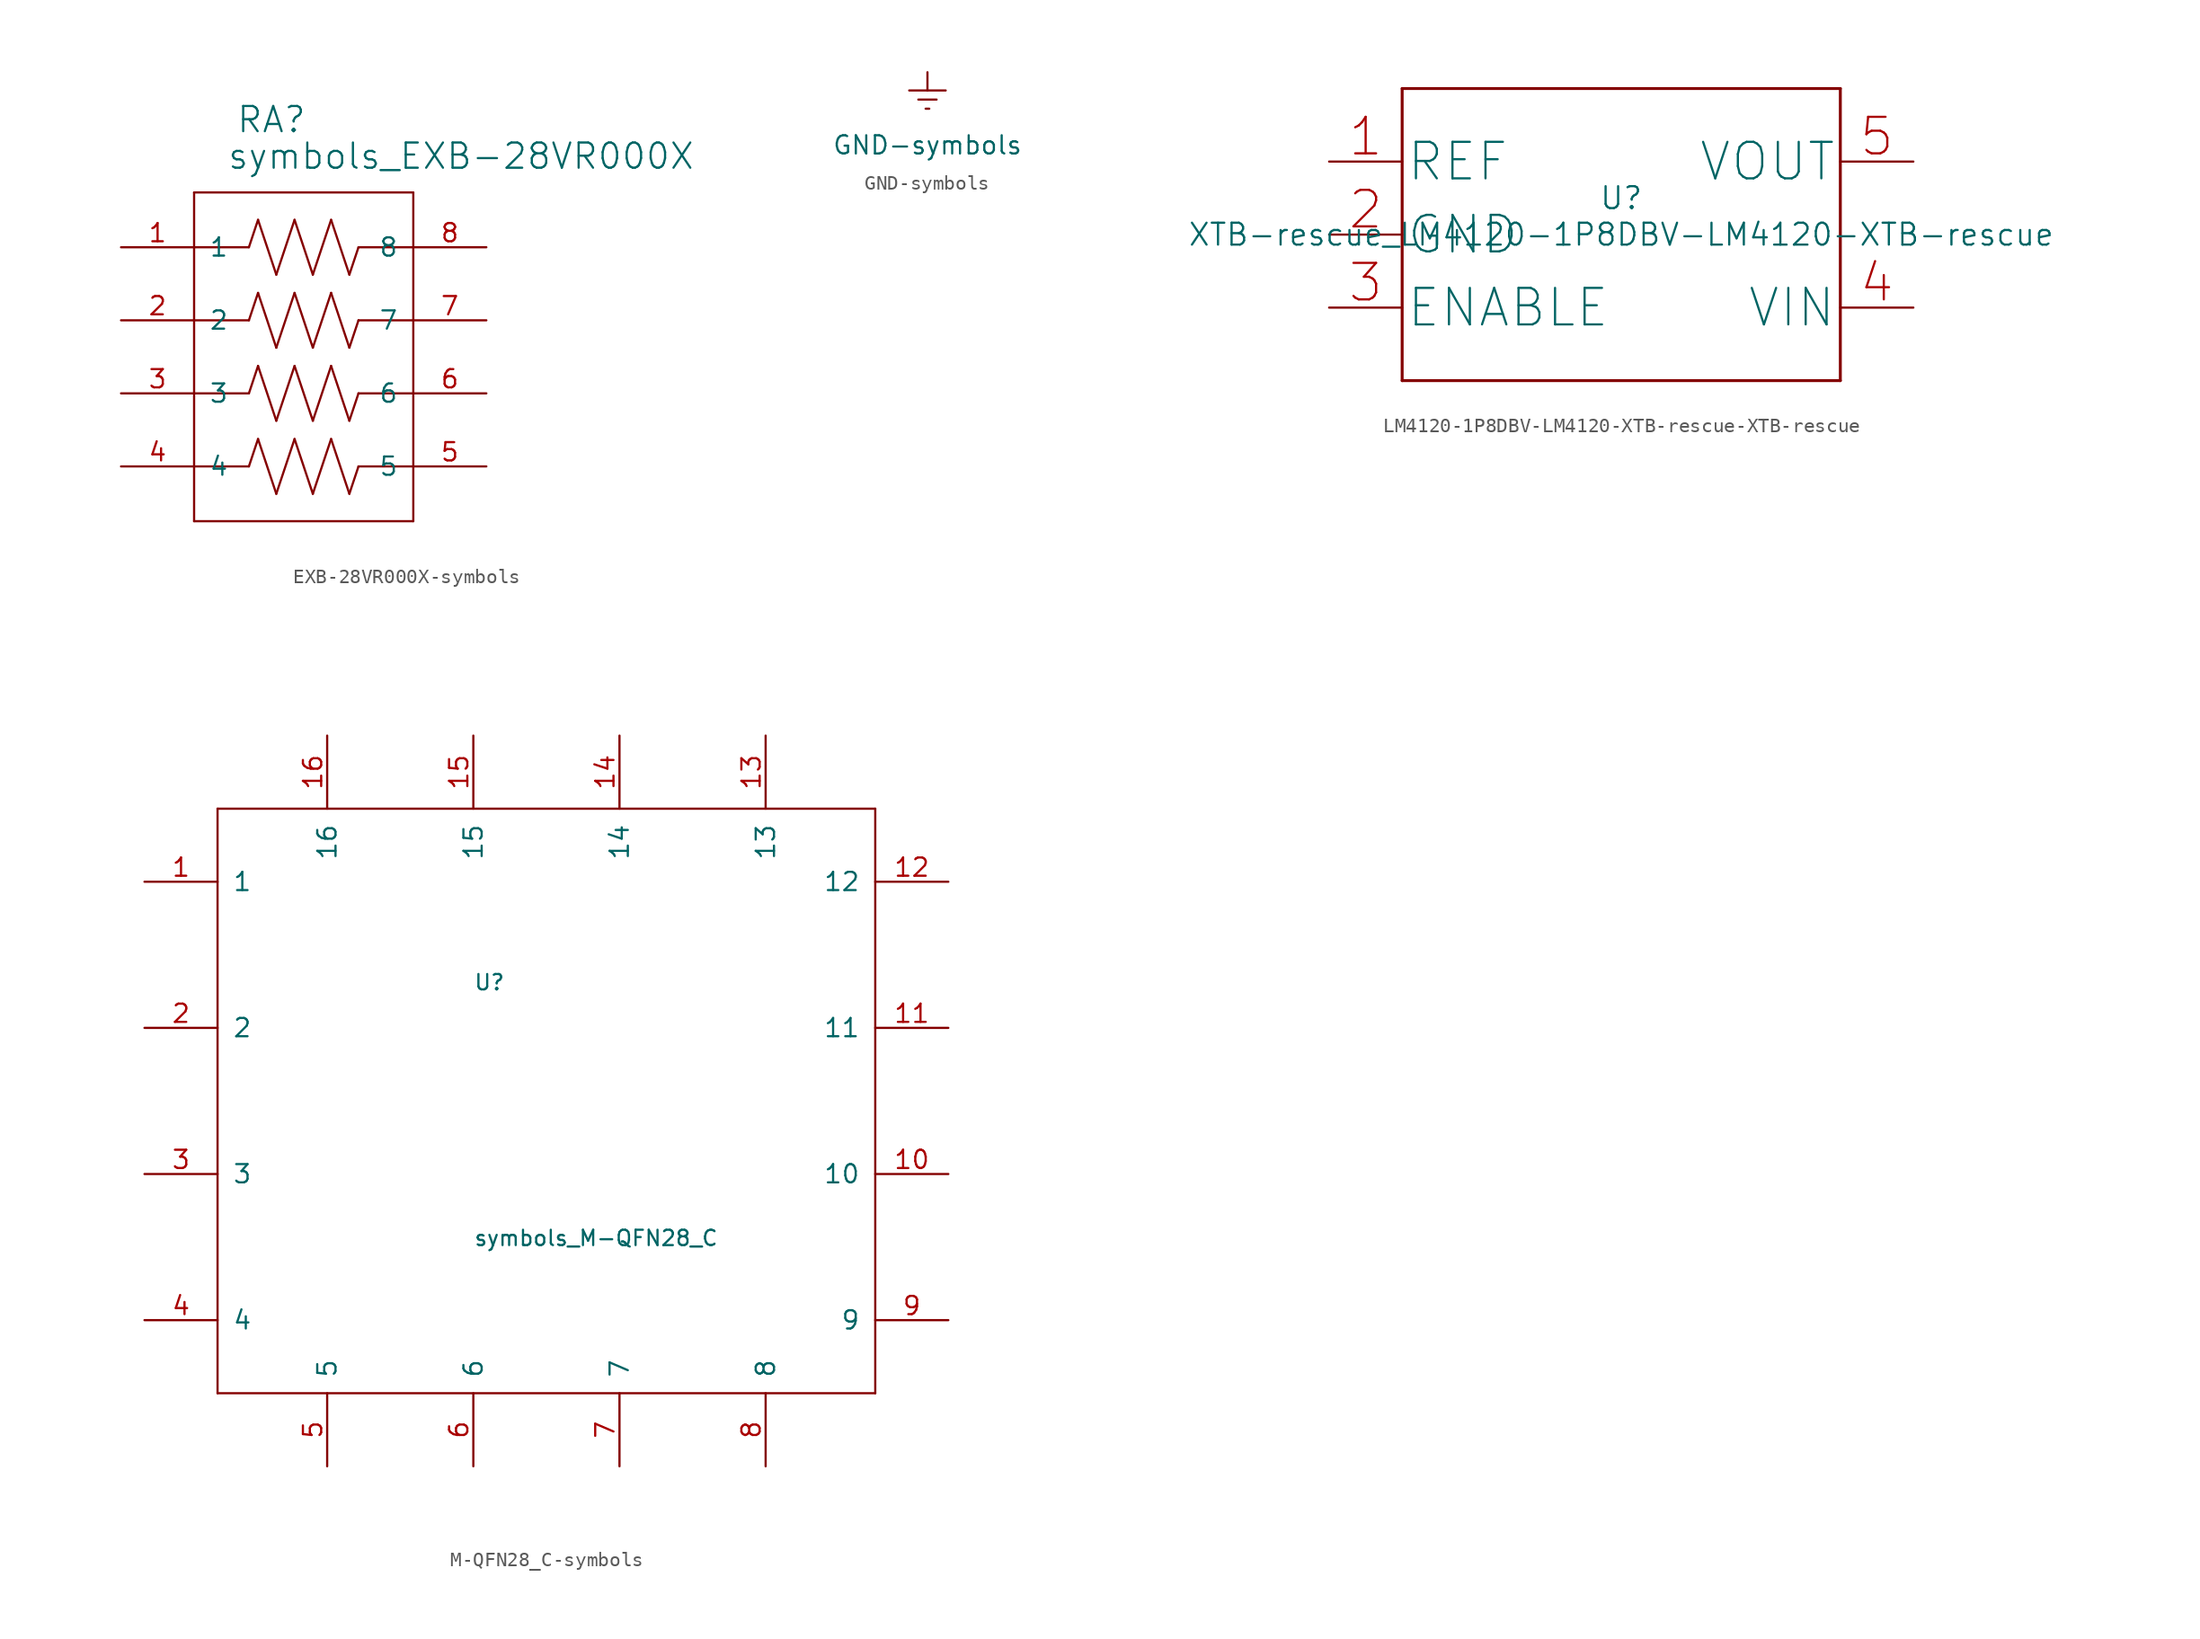
<source format=kicad_sym>
(kicad_symbol_lib
  (version 20220914)
  (generator kicad_symbol_editor)
  (symbol "EXB-28VR000X-symbols"
    (pin_names
      (offset 1.016))
    (property "Reference" "RA"
      (at -4.724 10.389 0)
      (effects (font (size 1.753 1.753)) (justify left bottom)))
    (property "Value" "symbols_EXB-28VR000X"
      (at -5.359 7.849 0)
      (effects (font (size 1.753 1.753)) (justify left bottom)))
    (property "ki_locked" ""
      (at 0 0 0)
      (effects (font (size 1.27 1.27))))
    (symbol "EXB-28VR000X-symbols_1_0"
      (polyline (pts (xy -7.62 -16.51) (xy 7.62 -16.51)) (stroke (width 0) (type solid)) (fill (type none)))
      (polyline (pts (xy -7.62 -12.7) (xy -7.62 -16.51)) (stroke (width 0) (type solid)) (fill (type none)))
      (polyline (pts (xy -7.62 -7.62) (xy -7.62 -12.7)) (stroke (width 0) (type solid)) (fill (type none)))
      (polyline (pts (xy -7.62 -2.54) (xy -7.62 -7.62)) (stroke (width 0) (type solid)) (fill (type none)))
      (polyline (pts (xy -7.62 2.54) (xy -7.62 -2.54)) (stroke (width 0) (type solid)) (fill (type none)))
      (polyline (pts (xy -7.62 6.35) (xy -7.62 2.54)) (stroke (width 0) (type solid)) (fill (type none)))
      (polyline (pts (xy -3.81 -12.7) (xy -7.62 -12.7)) (stroke (width 0) (type solid)) (fill (type none)))
      (polyline (pts (xy -3.81 -12.7) (xy -3.175 -10.795)) (stroke (width 0) (type solid)) (fill (type none)))
      (polyline (pts (xy -3.81 -7.62) (xy -7.62 -7.62)) (stroke (width 0) (type solid)) (fill (type none)))
      (polyline (pts (xy -3.81 -7.62) (xy -3.175 -5.715)) (stroke (width 0) (type solid)) (fill (type none)))
      (polyline (pts (xy -3.81 -2.54) (xy -7.62 -2.54)) (stroke (width 0) (type solid)) (fill (type none)))
      (polyline (pts (xy -3.81 -2.54) (xy -3.175 -0.635)) (stroke (width 0) (type solid)) (fill (type none)))
      (polyline (pts (xy -3.81 2.54) (xy -7.62 2.54)) (stroke (width 0) (type solid)) (fill (type none)))
      (polyline (pts (xy -3.81 2.54) (xy -3.175 4.445)) (stroke (width 0) (type solid)) (fill (type none)))
      (polyline (pts (xy -3.175 -10.795) (xy -1.905 -14.605)) (stroke (width 0) (type solid)) (fill (type none)))
      (polyline (pts (xy -3.175 -5.715) (xy -1.905 -9.525)) (stroke (width 0) (type solid)) (fill (type none)))
      (polyline (pts (xy -3.175 -0.635) (xy -1.905 -4.445)) (stroke (width 0) (type solid)) (fill (type none)))
      (polyline (pts (xy -3.175 4.445) (xy -1.905 0.635)) (stroke (width 0) (type solid)) (fill (type none)))
      (polyline (pts (xy -1.905 -14.605) (xy -0.635 -10.795)) (stroke (width 0) (type solid)) (fill (type none)))
      (polyline (pts (xy -1.905 -9.525) (xy -0.635 -5.715)) (stroke (width 0) (type solid)) (fill (type none)))
      (polyline (pts (xy -1.905 -4.445) (xy -0.635 -0.635)) (stroke (width 0) (type solid)) (fill (type none)))
      (polyline (pts (xy -1.905 0.635) (xy -0.635 4.445)) (stroke (width 0) (type solid)) (fill (type none)))
      (polyline (pts (xy -0.635 -10.795) (xy 0.635 -14.605)) (stroke (width 0) (type solid)) (fill (type none)))
      (polyline (pts (xy -0.635 -5.715) (xy 0.635 -9.525)) (stroke (width 0) (type solid)) (fill (type none)))
      (polyline (pts (xy -0.635 -0.635) (xy 0.635 -4.445)) (stroke (width 0) (type solid)) (fill (type none)))
      (polyline (pts (xy -0.635 4.445) (xy 0.635 0.635)) (stroke (width 0) (type solid)) (fill (type none)))
      (polyline (pts (xy 0.635 -14.605) (xy 1.905 -10.795)) (stroke (width 0) (type solid)) (fill (type none)))
      (polyline (pts (xy 0.635 -9.525) (xy 1.905 -5.715)) (stroke (width 0) (type solid)) (fill (type none)))
      (polyline (pts (xy 0.635 -4.445) (xy 1.905 -0.635)) (stroke (width 0) (type solid)) (fill (type none)))
      (polyline (pts (xy 0.635 0.635) (xy 1.905 4.445)) (stroke (width 0) (type solid)) (fill (type none)))
      (polyline (pts (xy 1.905 -10.795) (xy 3.175 -14.605)) (stroke (width 0) (type solid)) (fill (type none)))
      (polyline (pts (xy 1.905 -5.715) (xy 3.175 -9.525)) (stroke (width 0) (type solid)) (fill (type none)))
      (polyline (pts (xy 1.905 -0.635) (xy 3.175 -4.445)) (stroke (width 0) (type solid)) (fill (type none)))
      (polyline (pts (xy 1.905 4.445) (xy 3.175 0.635)) (stroke (width 0) (type solid)) (fill (type none)))
      (polyline (pts (xy 3.175 -14.605) (xy 3.81 -12.7)) (stroke (width 0) (type solid)) (fill (type none)))
      (polyline (pts (xy 3.175 -9.525) (xy 3.81 -7.62)) (stroke (width 0) (type solid)) (fill (type none)))
      (polyline (pts (xy 3.175 -4.445) (xy 3.81 -2.54)) (stroke (width 0) (type solid)) (fill (type none)))
      (polyline (pts (xy 3.175 0.635) (xy 3.81 2.54)) (stroke (width 0) (type solid)) (fill (type none)))
      (polyline (pts (xy 3.81 -12.7) (xy 7.62 -12.7)) (stroke (width 0) (type solid)) (fill (type none)))
      (polyline (pts (xy 3.81 -7.62) (xy 7.62 -7.62)) (stroke (width 0) (type solid)) (fill (type none)))
      (polyline (pts (xy 3.81 -2.54) (xy 7.62 -2.54)) (stroke (width 0) (type solid)) (fill (type none)))
      (polyline (pts (xy 3.81 2.54) (xy 7.62 2.54)) (stroke (width 0) (type solid)) (fill (type none)))
      (polyline (pts (xy 7.62 -16.51) (xy 7.62 -12.7)) (stroke (width 0) (type solid)) (fill (type none)))
      (polyline (pts (xy 7.62 -12.7) (xy 7.62 -7.62)) (stroke (width 0) (type solid)) (fill (type none)))
      (polyline (pts (xy 7.62 -7.62) (xy 7.62 -2.54)) (stroke (width 0) (type solid)) (fill (type none)))
      (polyline (pts (xy 7.62 -2.54) (xy 7.62 2.54)) (stroke (width 0) (type solid)) (fill (type none)))
      (polyline (pts (xy 7.62 2.54) (xy 7.62 6.35)) (stroke (width 0) (type solid)) (fill (type none)))
      (polyline (pts (xy 7.62 6.35) (xy -7.62 6.35)) (stroke (width 0) (type solid)) (fill (type none)))
      (pin passive line (at -12.7 2.54 0) (length 5.08) (name "1" (effects (font (size 1.27 1.27)))) (number "1" (effects (font (size 1.27 1.27)))))
      (pin passive line (at -12.7 -2.54 0) (length 5.08) (name "2" (effects (font (size 1.27 1.27)))) (number "2" (effects (font (size 1.27 1.27)))))
      (pin passive line (at -12.7 -7.62 0) (length 5.08) (name "3" (effects (font (size 1.27 1.27)))) (number "3" (effects (font (size 1.27 1.27)))))
      (pin passive line (at -12.7 -12.7 0) (length 5.08) (name "4" (effects (font (size 1.27 1.27)))) (number "4" (effects (font (size 1.27 1.27)))))
      (pin passive line (at 12.7 -12.7 180) (length 5.08) (name "5" (effects (font (size 1.27 1.27)))) (number "5" (effects (font (size 1.27 1.27)))))
      (pin passive line (at 12.7 -7.62 180) (length 5.08) (name "6" (effects (font (size 1.27 1.27)))) (number "6" (effects (font (size 1.27 1.27)))))
      (pin passive line (at 12.7 -2.54 180) (length 5.08) (name "7" (effects (font (size 1.27 1.27)))) (number "7" (effects (font (size 1.27 1.27)))))
      (pin passive line (at 12.7 2.54 180) (length 5.08) (name "8" (effects (font (size 1.27 1.27)))) (number "8" (effects (font (size 1.27 1.27)))))))
  (symbol "GND-symbols"
    (power)
    (pin_numbers hide)
    (pin_names
      (offset 0))
    (property "Reference" "#PWR"
      (at 0 -6.35 0)
      (effects (font (size 1.27 1.27)) hide))
    (property "Value" "GND-symbols"
      (at 0 -5.08 0)
      (effects (font (size 1.27 1.27))))
    (symbol "GND-symbols_0_1"
      (polyline (pts (xy -0.635 -1.905) (xy 0.635 -1.905)) (stroke (width 0) (type solid)) (fill (type none)))
      (polyline (pts (xy -0.127 -2.54) (xy 0.127 -2.54)) (stroke (width 0) (type solid)) (fill (type none)))
      (polyline (pts (xy 0 -1.27) (xy 0 0)) (stroke (width 0) (type solid)) (fill (type none)))
      (polyline (pts (xy 1.27 -1.27) (xy -1.27 -1.27)) (stroke (width 0) (type solid)) (fill (type none))))
    (symbol "GND-symbols_1_1"
      (pin power_in line (at 0 0 270) (length 0) hide (name "GND" (effects (font (size 1.27 1.27)))) (number "1" (effects (font (size 1.27 1.27)))))))
  (symbol "LM4120-1P8DBV-LM4120-XTB-rescue-XTB-rescue"
    (pin_names
      (offset 0.254))
    (property "Reference" "U"
      (at 0 2.54 0)
      (effects (font (size 1.524 1.524))))
    (property "Value" "XTB-rescue_LM4120-1P8DBV-LM4120-XTB-rescue"
      (at 0 0 0)
      (effects (font (size 1.524 1.524))))
    (property "Datasheet" ""
      (at 0 0 0)
      (effects (font (size 1.524 1.524))))
    (symbol "LM4120-1P8DBV-LM4120-XTB-rescue-XTB-rescue_0_0"
      (polyline (pts (xy -15.24 -10.16) (xy 15.24 -10.16)) (stroke (width 0.203) (type solid)) (fill (type none)))
      (polyline (pts (xy -15.24 10.16) (xy -15.24 -10.16)) (stroke (width 0.203) (type solid)) (fill (type none)))
      (polyline (pts (xy 15.24 -10.16) (xy 15.24 10.16)) (stroke (width 0.203) (type solid)) (fill (type none)))
      (polyline (pts (xy 15.24 10.16) (xy -15.24 10.16)) (stroke (width 0.203) (type solid)) (fill (type none))))
    (symbol "LM4120-1P8DBV-LM4120-XTB-rescue-XTB-rescue_1_0"
      (pin unspecified line (at -20.32 5.08 0) (length 5.08) (name "REF" (effects (font (size 2.54 2.54)))) (number "1" (effects (font (size 2.54 2.54)))))
      (pin unspecified line (at -20.32 0 0) (length 5.08) (name "GND" (effects (font (size 2.54 2.54)))) (number "2" (effects (font (size 2.54 2.54)))))
      (pin unspecified line (at -20.32 -5.08 0) (length 5.08) (name "ENABLE" (effects (font (size 2.54 2.54)))) (number "3" (effects (font (size 2.54 2.54)))))
      (pin unspecified line (at 20.32 -5.08 180) (length 5.08) (name "VIN" (effects (font (size 2.54 2.54)))) (number "4" (effects (font (size 2.54 2.54)))))
      (pin unspecified line (at 20.32 5.08 180) (length 5.08) (name "VOUT" (effects (font (size 2.54 2.54)))) (number "5" (effects (font (size 2.54 2.54)))))))
  (symbol "M-QFN28_C-symbols"
    (pin_names
      (offset 1.016))
    (property "Reference" "U"
      (at -7.62 5.08 0)
      (effects (font (size 1.067 1.067)) (justify left bottom)))
    (property "Value" "symbols_M-QFN28_C"
      (at -7.62 -12.7 0)
      (effects (font (size 1.067 1.067)) (justify left bottom)))
    (property "ki_locked" ""
      (at 0 0 0)
      (effects (font (size 1.27 1.27))))
    (symbol "M-QFN28_C-symbols_1_0"
      (polyline (pts (xy -25.4 -22.86) (xy 20.32 -22.86)) (stroke (width 0) (type solid)) (fill (type none)))
      (polyline (pts (xy -25.4 17.78) (xy -25.4 -22.86)) (stroke (width 0) (type solid)) (fill (type none)))
      (polyline (pts (xy 20.32 -22.86) (xy 20.32 17.78)) (stroke (width 0) (type solid)) (fill (type none)))
      (polyline (pts (xy 20.32 17.78) (xy -25.4 17.78)) (stroke (width 0) (type solid)) (fill (type none)))
      (pin unspecified line (at -30.48 12.7 0) (length 5.08) (name "1" (effects (font (size 1.27 1.27)))) (number "1" (effects (font (size 1.27 1.27)))))
      (pin unspecified line (at 25.4 -7.62 180) (length 5.08) (name "10" (effects (font (size 1.27 1.27)))) (number "10" (effects (font (size 1.27 1.27)))))
      (pin unspecified line (at 25.4 2.54 180) (length 5.08) (name "11" (effects (font (size 1.27 1.27)))) (number "11" (effects (font (size 1.27 1.27)))))
      (pin unspecified line (at 25.4 12.7 180) (length 5.08) (name "12" (effects (font (size 1.27 1.27)))) (number "12" (effects (font (size 1.27 1.27)))))
      (pin unspecified line (at 12.7 22.86 270) (length 5.08) (name "13" (effects (font (size 1.27 1.27)))) (number "13" (effects (font (size 1.27 1.27)))))
      (pin unspecified line (at 2.54 22.86 270) (length 5.08) (name "14" (effects (font (size 1.27 1.27)))) (number "14" (effects (font (size 1.27 1.27)))))
      (pin unspecified line (at -7.62 22.86 270) (length 5.08) (name "15" (effects (font (size 1.27 1.27)))) (number "15" (effects (font (size 1.27 1.27)))))
      (pin unspecified line (at -17.78 22.86 270) (length 5.08) (name "16" (effects (font (size 1.27 1.27)))) (number "16" (effects (font (size 1.27 1.27)))))
      (pin unspecified line (at -30.48 2.54 0) (length 5.08) (name "2" (effects (font (size 1.27 1.27)))) (number "2" (effects (font (size 1.27 1.27)))))
      (pin unspecified line (at -30.48 -7.62 0) (length 5.08) (name "3" (effects (font (size 1.27 1.27)))) (number "3" (effects (font (size 1.27 1.27)))))
      (pin unspecified line (at -30.48 -17.78 0) (length 5.08) (name "4" (effects (font (size 1.27 1.27)))) (number "4" (effects (font (size 1.27 1.27)))))
      (pin unspecified line (at -17.78 -27.94 90) (length 5.08) (name "5" (effects (font (size 1.27 1.27)))) (number "5" (effects (font (size 1.27 1.27)))))
      (pin unspecified line (at -7.62 -27.94 90) (length 5.08) (name "6" (effects (font (size 1.27 1.27)))) (number "6" (effects (font (size 1.27 1.27)))))
      (pin unspecified line (at 2.54 -27.94 90) (length 5.08) (name "7" (effects (font (size 1.27 1.27)))) (number "7" (effects (font (size 1.27 1.27)))))
      (pin unspecified line (at 12.7 -27.94 90) (length 5.08) (name "8" (effects (font (size 1.27 1.27)))) (number "8" (effects (font (size 1.27 1.27)))))
      (pin unspecified line (at 25.4 -17.78 180) (length 5.08) (name "9" (effects (font (size 1.27 1.27)))) (number "9" (effects (font (size 1.27 1.27))))))))
</source>
